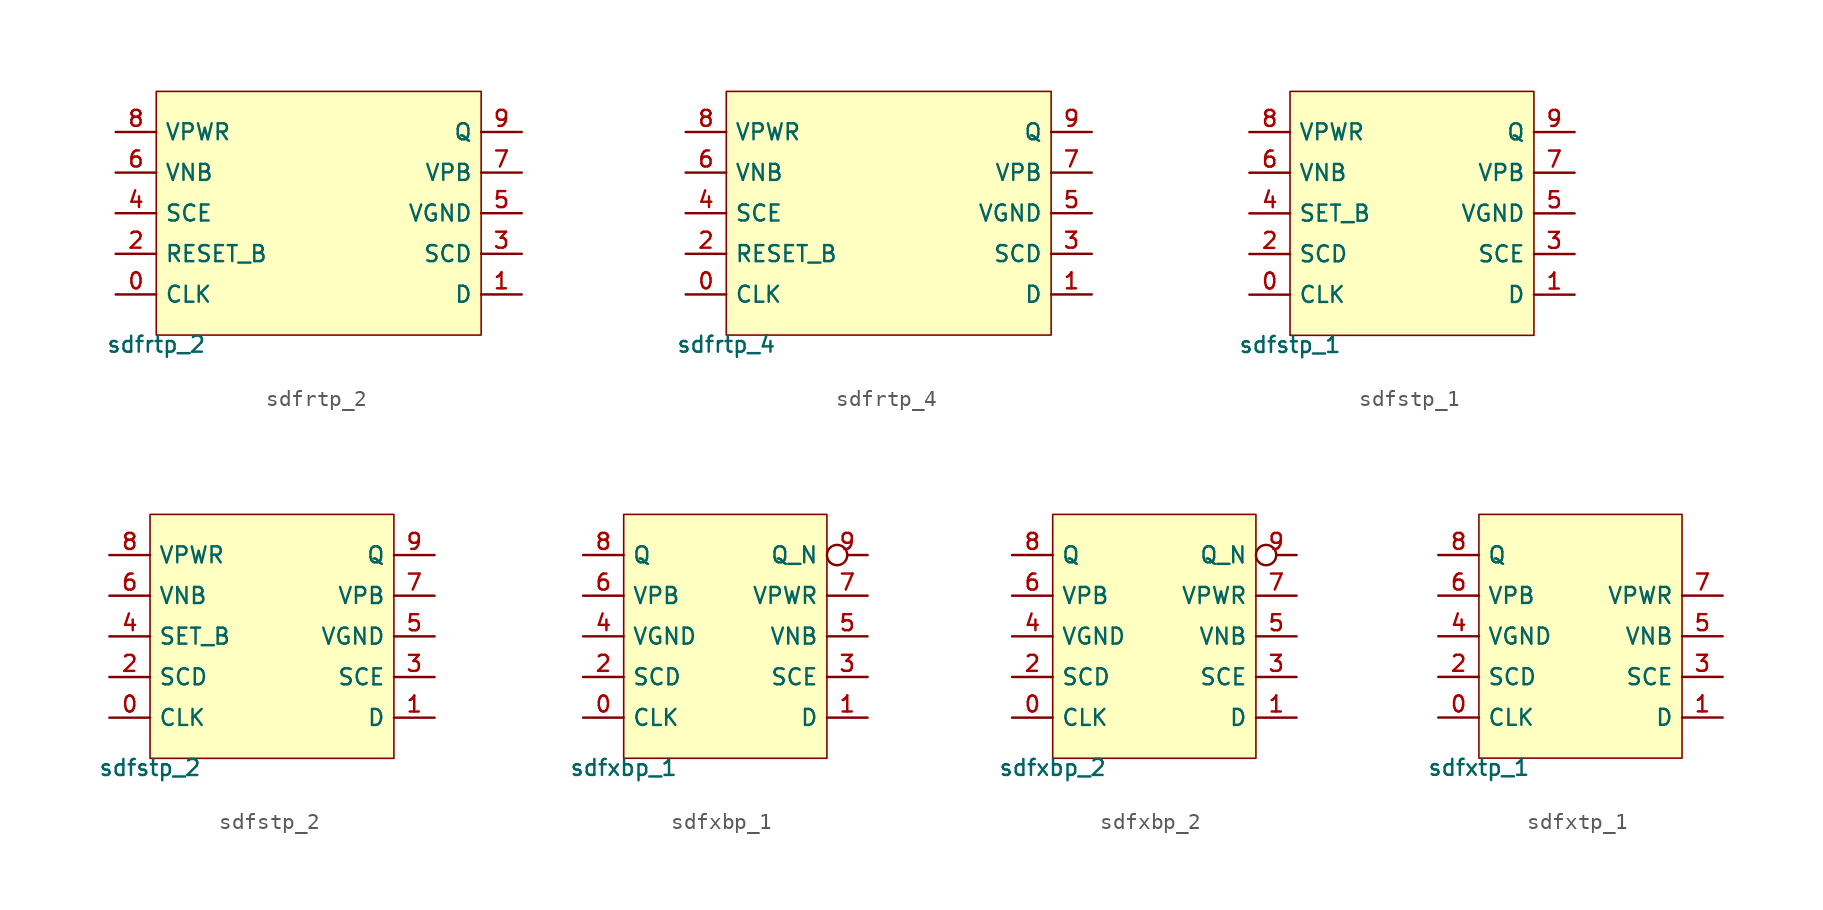
<source format=kicad_sym>
(kicad_symbol_lib
  (version 20211014)
  (generator pdk2kicad)
  (symbol "sdfrtp_2"
    (property "Reference" "X"
      (at 0 0 0)
      (effects (font (size 1 1)) hide))
    (property "Value" "sdfrtp_2"
      (at -10.16 -7.62 0)
      (effects (font (size 1 1)) (justify top)))
    (rectangle
      (start -10.16 -7.62)
      (end 10.16 7.62)
      (stroke (width 0.1) (type solid) (color 0 0 0 0))
      (fill (type background)))
    (pin bidirectional line
      (at -12.7 -5.08 0)
      (length 2.54)
      (name "CLK" (effects (font (size 1 1)) hide))
      (number "0" (effects (font (size 1 1)) hide)))
    (pin bidirectional line
      (at 12.7 -5.08 180)
      (length 2.54)
      (name "D" (effects (font (size 1 1)) hide))
      (number "1" (effects (font (size 1 1)) hide)))
    (pin bidirectional line
      (at -12.7 -2.54 0)
      (length 2.54)
      (name "RESET_B" (effects (font (size 1 1)) hide))
      (number "2" (effects (font (size 1 1)) hide)))
    (pin bidirectional line
      (at 12.7 -2.54 180)
      (length 2.54)
      (name "SCD" (effects (font (size 1 1)) hide))
      (number "3" (effects (font (size 1 1)) hide)))
    (pin bidirectional line
      (at -12.7 8.881784197001252e-16 0)
      (length 2.54)
      (name "SCE" (effects (font (size 1 1)) hide))
      (number "4" (effects (font (size 1 1)) hide)))
    (pin bidirectional line
      (at 12.7 8.881784197001252e-16 180)
      (length 2.54)
      (name "VGND" (effects (font (size 1 1)) hide))
      (number "5" (effects (font (size 1 1)) hide)))
    (pin bidirectional line
      (at -12.7 2.54 0)
      (length 2.54)
      (name "VNB" (effects (font (size 1 1)) hide))
      (number "6" (effects (font (size 1 1)) hide)))
    (pin bidirectional line
      (at 12.7 2.54 180)
      (length 2.54)
      (name "VPB" (effects (font (size 1 1)) hide))
      (number "7" (effects (font (size 1 1)) hide)))
    (pin bidirectional line
      (at -12.7 5.08 0)
      (length 2.54)
      (name "VPWR" (effects (font (size 1 1)) hide))
      (number "8" (effects (font (size 1 1)) hide)))
    (pin bidirectional line
      (at 12.7 5.08 180)
      (length 2.54)
      (name "Q" (effects (font (size 1 1)) hide))
      (number "9" (effects (font (size 1 1)) hide))))
  (symbol "sdfrtp_4"
    (property "Reference" "X"
      (at 0 0 0)
      (effects (font (size 1 1)) hide))
    (property "Value" "sdfrtp_4"
      (at -10.16 -7.62 0)
      (effects (font (size 1 1)) (justify top)))
    (rectangle
      (start -10.16 -7.62)
      (end 10.16 7.62)
      (stroke (width 0.1) (type solid) (color 0 0 0 0))
      (fill (type background)))
    (pin bidirectional line
      (at -12.7 -5.08 0)
      (length 2.54)
      (name "CLK" (effects (font (size 1 1)) hide))
      (number "0" (effects (font (size 1 1)) hide)))
    (pin bidirectional line
      (at 12.7 -5.08 180)
      (length 2.54)
      (name "D" (effects (font (size 1 1)) hide))
      (number "1" (effects (font (size 1 1)) hide)))
    (pin bidirectional line
      (at -12.7 -2.54 0)
      (length 2.54)
      (name "RESET_B" (effects (font (size 1 1)) hide))
      (number "2" (effects (font (size 1 1)) hide)))
    (pin bidirectional line
      (at 12.7 -2.54 180)
      (length 2.54)
      (name "SCD" (effects (font (size 1 1)) hide))
      (number "3" (effects (font (size 1 1)) hide)))
    (pin bidirectional line
      (at -12.7 8.881784197001252e-16 0)
      (length 2.54)
      (name "SCE" (effects (font (size 1 1)) hide))
      (number "4" (effects (font (size 1 1)) hide)))
    (pin bidirectional line
      (at 12.7 8.881784197001252e-16 180)
      (length 2.54)
      (name "VGND" (effects (font (size 1 1)) hide))
      (number "5" (effects (font (size 1 1)) hide)))
    (pin bidirectional line
      (at -12.7 2.54 0)
      (length 2.54)
      (name "VNB" (effects (font (size 1 1)) hide))
      (number "6" (effects (font (size 1 1)) hide)))
    (pin bidirectional line
      (at 12.7 2.54 180)
      (length 2.54)
      (name "VPB" (effects (font (size 1 1)) hide))
      (number "7" (effects (font (size 1 1)) hide)))
    (pin bidirectional line
      (at -12.7 5.08 0)
      (length 2.54)
      (name "VPWR" (effects (font (size 1 1)) hide))
      (number "8" (effects (font (size 1 1)) hide)))
    (pin bidirectional line
      (at 12.7 5.08 180)
      (length 2.54)
      (name "Q" (effects (font (size 1 1)) hide))
      (number "9" (effects (font (size 1 1)) hide))))
  (symbol "sdfstp_1"
    (property "Reference" "X"
      (at 0 0 0)
      (effects (font (size 1 1)) hide))
    (property "Value" "sdfstp_1"
      (at -7.62 -7.62 0)
      (effects (font (size 1 1)) (justify top)))
    (rectangle
      (start -7.62 -7.62)
      (end 7.62 7.62)
      (stroke (width 0.1) (type solid) (color 0 0 0 0))
      (fill (type background)))
    (pin bidirectional line
      (at -10.16 -5.08 0)
      (length 2.54)
      (name "CLK" (effects (font (size 1 1)) hide))
      (number "0" (effects (font (size 1 1)) hide)))
    (pin bidirectional line
      (at 10.16 -5.08 180)
      (length 2.54)
      (name "D" (effects (font (size 1 1)) hide))
      (number "1" (effects (font (size 1 1)) hide)))
    (pin bidirectional line
      (at -10.16 -2.54 0)
      (length 2.54)
      (name "SCD" (effects (font (size 1 1)) hide))
      (number "2" (effects (font (size 1 1)) hide)))
    (pin bidirectional line
      (at 10.16 -2.54 180)
      (length 2.54)
      (name "SCE" (effects (font (size 1 1)) hide))
      (number "3" (effects (font (size 1 1)) hide)))
    (pin bidirectional line
      (at -10.16 8.881784197001252e-16 0)
      (length 2.54)
      (name "SET_B" (effects (font (size 1 1)) hide))
      (number "4" (effects (font (size 1 1)) hide)))
    (pin bidirectional line
      (at 10.16 8.881784197001252e-16 180)
      (length 2.54)
      (name "VGND" (effects (font (size 1 1)) hide))
      (number "5" (effects (font (size 1 1)) hide)))
    (pin bidirectional line
      (at -10.16 2.54 0)
      (length 2.54)
      (name "VNB" (effects (font (size 1 1)) hide))
      (number "6" (effects (font (size 1 1)) hide)))
    (pin bidirectional line
      (at 10.16 2.54 180)
      (length 2.54)
      (name "VPB" (effects (font (size 1 1)) hide))
      (number "7" (effects (font (size 1 1)) hide)))
    (pin bidirectional line
      (at -10.16 5.08 0)
      (length 2.54)
      (name "VPWR" (effects (font (size 1 1)) hide))
      (number "8" (effects (font (size 1 1)) hide)))
    (pin bidirectional line
      (at 10.16 5.08 180)
      (length 2.54)
      (name "Q" (effects (font (size 1 1)) hide))
      (number "9" (effects (font (size 1 1)) hide))))
  (symbol "sdfstp_2"
    (property "Reference" "X"
      (at 0 0 0)
      (effects (font (size 1 1)) hide))
    (property "Value" "sdfstp_2"
      (at -7.62 -7.62 0)
      (effects (font (size 1 1)) (justify top)))
    (rectangle
      (start -7.62 -7.62)
      (end 7.62 7.62)
      (stroke (width 0.1) (type solid) (color 0 0 0 0))
      (fill (type background)))
    (pin bidirectional line
      (at -10.16 -5.08 0)
      (length 2.54)
      (name "CLK" (effects (font (size 1 1)) hide))
      (number "0" (effects (font (size 1 1)) hide)))
    (pin bidirectional line
      (at 10.16 -5.08 180)
      (length 2.54)
      (name "D" (effects (font (size 1 1)) hide))
      (number "1" (effects (font (size 1 1)) hide)))
    (pin bidirectional line
      (at -10.16 -2.54 0)
      (length 2.54)
      (name "SCD" (effects (font (size 1 1)) hide))
      (number "2" (effects (font (size 1 1)) hide)))
    (pin bidirectional line
      (at 10.16 -2.54 180)
      (length 2.54)
      (name "SCE" (effects (font (size 1 1)) hide))
      (number "3" (effects (font (size 1 1)) hide)))
    (pin bidirectional line
      (at -10.16 8.881784197001252e-16 0)
      (length 2.54)
      (name "SET_B" (effects (font (size 1 1)) hide))
      (number "4" (effects (font (size 1 1)) hide)))
    (pin bidirectional line
      (at 10.16 8.881784197001252e-16 180)
      (length 2.54)
      (name "VGND" (effects (font (size 1 1)) hide))
      (number "5" (effects (font (size 1 1)) hide)))
    (pin bidirectional line
      (at -10.16 2.54 0)
      (length 2.54)
      (name "VNB" (effects (font (size 1 1)) hide))
      (number "6" (effects (font (size 1 1)) hide)))
    (pin bidirectional line
      (at 10.16 2.54 180)
      (length 2.54)
      (name "VPB" (effects (font (size 1 1)) hide))
      (number "7" (effects (font (size 1 1)) hide)))
    (pin bidirectional line
      (at -10.16 5.08 0)
      (length 2.54)
      (name "VPWR" (effects (font (size 1 1)) hide))
      (number "8" (effects (font (size 1 1)) hide)))
    (pin bidirectional line
      (at 10.16 5.08 180)
      (length 2.54)
      (name "Q" (effects (font (size 1 1)) hide))
      (number "9" (effects (font (size 1 1)) hide))))
  (symbol "sdfxbp_1"
    (property "Reference" "X"
      (at 0 0 0)
      (effects (font (size 1 1)) hide))
    (property "Value" "sdfxbp_1"
      (at -6.35 -7.62 0)
      (effects (font (size 1 1)) (justify top)))
    (rectangle
      (start -6.35 -7.62)
      (end 6.35 7.62)
      (stroke (width 0.1) (type solid) (color 0 0 0 0))
      (fill (type background)))
    (pin bidirectional line
      (at -8.89 -5.08 0)
      (length 2.54)
      (name "CLK" (effects (font (size 1 1)) hide))
      (number "0" (effects (font (size 1 1)) hide)))
    (pin bidirectional line
      (at 8.89 -5.08 180)
      (length 2.54)
      (name "D" (effects (font (size 1 1)) hide))
      (number "1" (effects (font (size 1 1)) hide)))
    (pin bidirectional line
      (at -8.89 -2.54 0)
      (length 2.54)
      (name "SCD" (effects (font (size 1 1)) hide))
      (number "2" (effects (font (size 1 1)) hide)))
    (pin bidirectional line
      (at 8.89 -2.54 180)
      (length 2.54)
      (name "SCE" (effects (font (size 1 1)) hide))
      (number "3" (effects (font (size 1 1)) hide)))
    (pin bidirectional line
      (at -8.89 8.881784197001252e-16 0)
      (length 2.54)
      (name "VGND" (effects (font (size 1 1)) hide))
      (number "4" (effects (font (size 1 1)) hide)))
    (pin bidirectional line
      (at 8.89 8.881784197001252e-16 180)
      (length 2.54)
      (name "VNB" (effects (font (size 1 1)) hide))
      (number "5" (effects (font (size 1 1)) hide)))
    (pin bidirectional line
      (at -8.89 2.54 0)
      (length 2.54)
      (name "VPB" (effects (font (size 1 1)) hide))
      (number "6" (effects (font (size 1 1)) hide)))
    (pin bidirectional line
      (at 8.89 2.54 180)
      (length 2.54)
      (name "VPWR" (effects (font (size 1 1)) hide))
      (number "7" (effects (font (size 1 1)) hide)))
    (pin bidirectional line
      (at -8.89 5.08 0)
      (length 2.54)
      (name "Q" (effects (font (size 1 1)) hide))
      (number "8" (effects (font (size 1 1)) hide)))
    (pin bidirectional inverted
      (at 8.89 5.08 180)
      (length 2.54)
      (name "Q_N" (effects (font (size 1 1)) hide))
      (number "9" (effects (font (size 1 1)) hide))))
  (symbol "sdfxbp_2"
    (property "Reference" "X"
      (at 0 0 0)
      (effects (font (size 1 1)) hide))
    (property "Value" "sdfxbp_2"
      (at -6.35 -7.62 0)
      (effects (font (size 1 1)) (justify top)))
    (rectangle
      (start -6.35 -7.62)
      (end 6.35 7.62)
      (stroke (width 0.1) (type solid) (color 0 0 0 0))
      (fill (type background)))
    (pin bidirectional line
      (at -8.89 -5.08 0)
      (length 2.54)
      (name "CLK" (effects (font (size 1 1)) hide))
      (number "0" (effects (font (size 1 1)) hide)))
    (pin bidirectional line
      (at 8.89 -5.08 180)
      (length 2.54)
      (name "D" (effects (font (size 1 1)) hide))
      (number "1" (effects (font (size 1 1)) hide)))
    (pin bidirectional line
      (at -8.89 -2.54 0)
      (length 2.54)
      (name "SCD" (effects (font (size 1 1)) hide))
      (number "2" (effects (font (size 1 1)) hide)))
    (pin bidirectional line
      (at 8.89 -2.54 180)
      (length 2.54)
      (name "SCE" (effects (font (size 1 1)) hide))
      (number "3" (effects (font (size 1 1)) hide)))
    (pin bidirectional line
      (at -8.89 8.881784197001252e-16 0)
      (length 2.54)
      (name "VGND" (effects (font (size 1 1)) hide))
      (number "4" (effects (font (size 1 1)) hide)))
    (pin bidirectional line
      (at 8.89 8.881784197001252e-16 180)
      (length 2.54)
      (name "VNB" (effects (font (size 1 1)) hide))
      (number "5" (effects (font (size 1 1)) hide)))
    (pin bidirectional line
      (at -8.89 2.54 0)
      (length 2.54)
      (name "VPB" (effects (font (size 1 1)) hide))
      (number "6" (effects (font (size 1 1)) hide)))
    (pin bidirectional line
      (at 8.89 2.54 180)
      (length 2.54)
      (name "VPWR" (effects (font (size 1 1)) hide))
      (number "7" (effects (font (size 1 1)) hide)))
    (pin bidirectional line
      (at -8.89 5.08 0)
      (length 2.54)
      (name "Q" (effects (font (size 1 1)) hide))
      (number "8" (effects (font (size 1 1)) hide)))
    (pin bidirectional inverted
      (at 8.89 5.08 180)
      (length 2.54)
      (name "Q_N" (effects (font (size 1 1)) hide))
      (number "9" (effects (font (size 1 1)) hide))))
  (symbol "sdfxtp_1"
    (property "Reference" "X"
      (at 0 0 0)
      (effects (font (size 1 1)) hide))
    (property "Value" "sdfxtp_1"
      (at -6.35 -7.62 0)
      (effects (font (size 1 1)) (justify top)))
    (rectangle
      (start -6.35 -7.62)
      (end 6.35 7.62)
      (stroke (width 0.1) (type solid) (color 0 0 0 0))
      (fill (type background)))
    (pin bidirectional line
      (at -8.89 -5.08 0)
      (length 2.54)
      (name "CLK" (effects (font (size 1 1)) hide))
      (number "0" (effects (font (size 1 1)) hide)))
    (pin bidirectional line
      (at 8.89 -5.08 180)
      (length 2.54)
      (name "D" (effects (font (size 1 1)) hide))
      (number "1" (effects (font (size 1 1)) hide)))
    (pin bidirectional line
      (at -8.89 -2.54 0)
      (length 2.54)
      (name "SCD" (effects (font (size 1 1)) hide))
      (number "2" (effects (font (size 1 1)) hide)))
    (pin bidirectional line
      (at 8.89 -2.54 180)
      (length 2.54)
      (name "SCE" (effects (font (size 1 1)) hide))
      (number "3" (effects (font (size 1 1)) hide)))
    (pin bidirectional line
      (at -8.89 8.881784197001252e-16 0)
      (length 2.54)
      (name "VGND" (effects (font (size 1 1)) hide))
      (number "4" (effects (font (size 1 1)) hide)))
    (pin bidirectional line
      (at 8.89 8.881784197001252e-16 180)
      (length 2.54)
      (name "VNB" (effects (font (size 1 1)) hide))
      (number "5" (effects (font (size 1 1)) hide)))
    (pin bidirectional line
      (at -8.89 2.54 0)
      (length 2.54)
      (name "VPB" (effects (font (size 1 1)) hide))
      (number "6" (effects (font (size 1 1)) hide)))
    (pin bidirectional line
      (at 8.89 2.54 180)
      (length 2.54)
      (name "VPWR" (effects (font (size 1 1)) hide))
      (number "7" (effects (font (size 1 1)) hide)))
    (pin bidirectional line
      (at -8.89 5.08 0)
      (length 2.54)
      (name "Q" (effects (font (size 1 1)) hide))
      (number "8" (effects (font (size 1 1)) hide)))))
</source>
